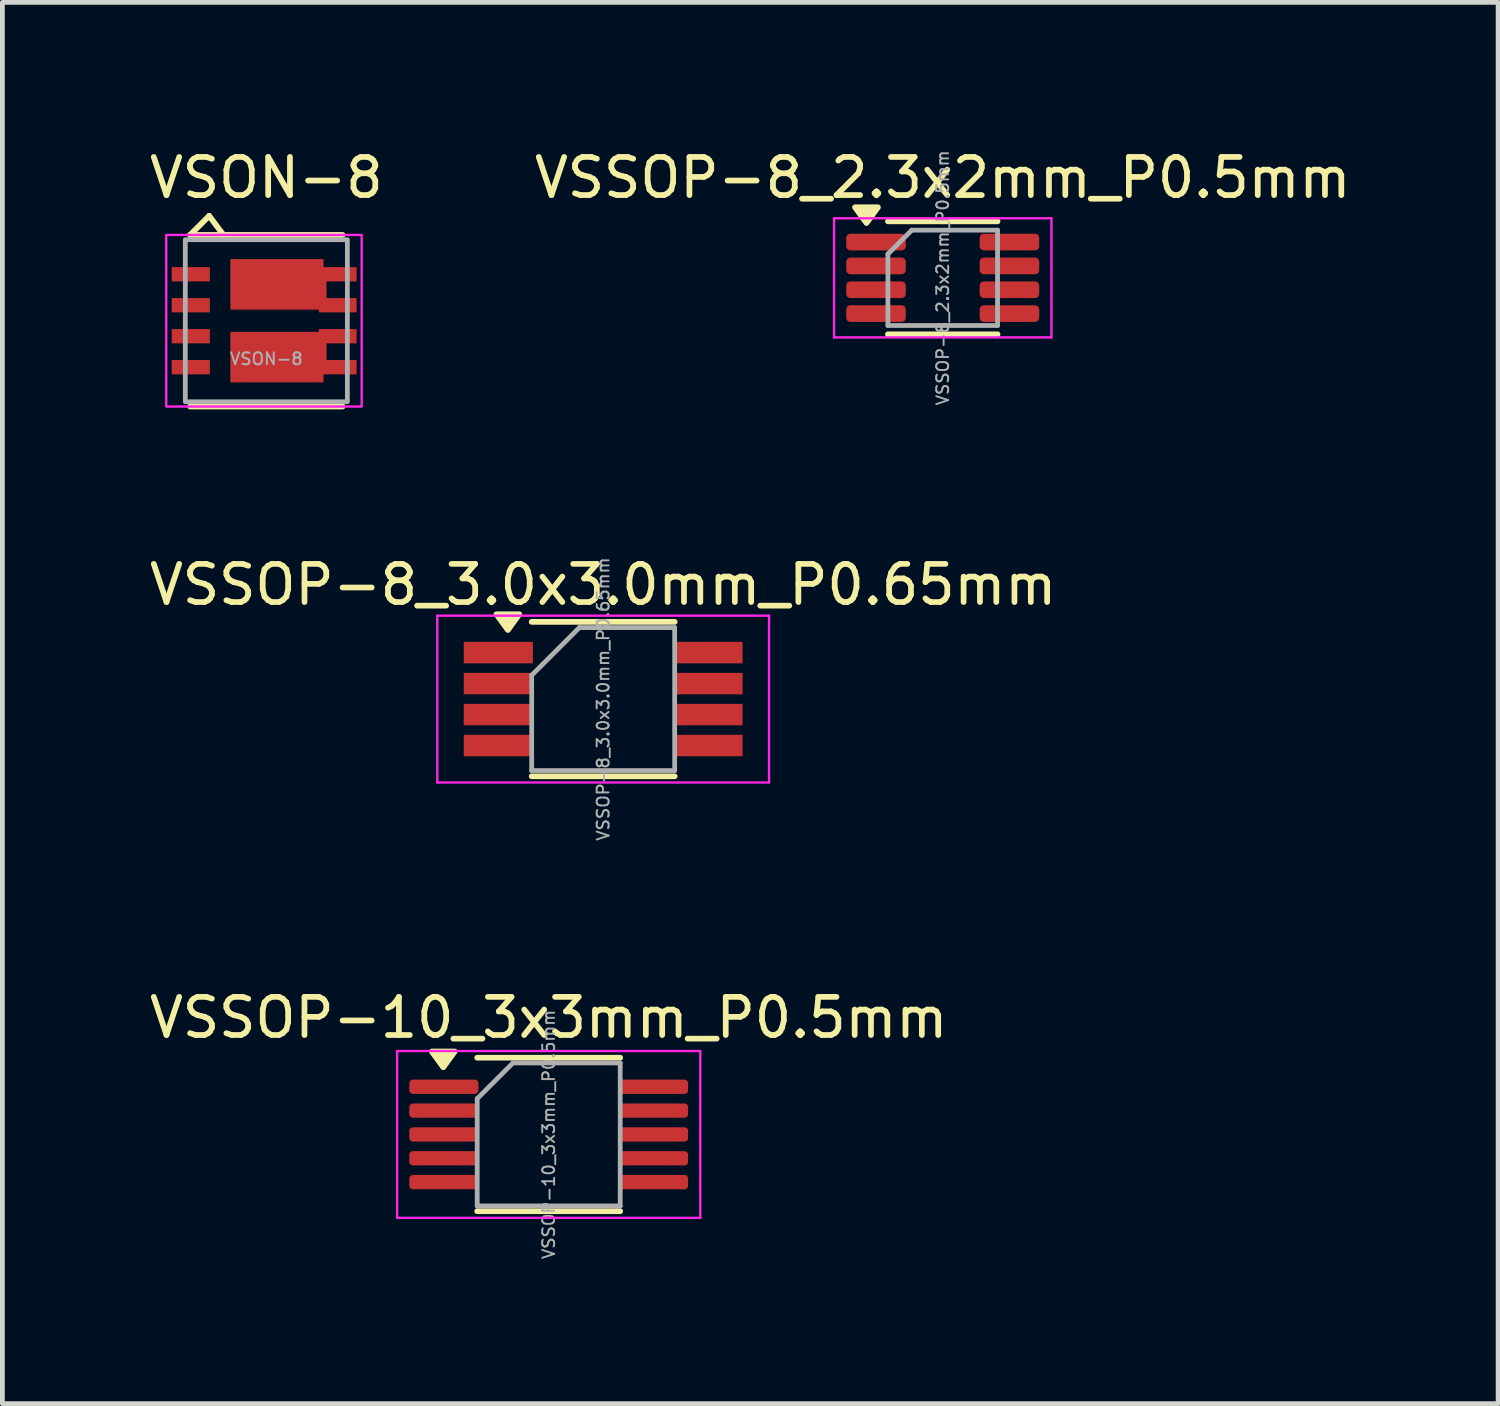
<source format=kicad_pcb>
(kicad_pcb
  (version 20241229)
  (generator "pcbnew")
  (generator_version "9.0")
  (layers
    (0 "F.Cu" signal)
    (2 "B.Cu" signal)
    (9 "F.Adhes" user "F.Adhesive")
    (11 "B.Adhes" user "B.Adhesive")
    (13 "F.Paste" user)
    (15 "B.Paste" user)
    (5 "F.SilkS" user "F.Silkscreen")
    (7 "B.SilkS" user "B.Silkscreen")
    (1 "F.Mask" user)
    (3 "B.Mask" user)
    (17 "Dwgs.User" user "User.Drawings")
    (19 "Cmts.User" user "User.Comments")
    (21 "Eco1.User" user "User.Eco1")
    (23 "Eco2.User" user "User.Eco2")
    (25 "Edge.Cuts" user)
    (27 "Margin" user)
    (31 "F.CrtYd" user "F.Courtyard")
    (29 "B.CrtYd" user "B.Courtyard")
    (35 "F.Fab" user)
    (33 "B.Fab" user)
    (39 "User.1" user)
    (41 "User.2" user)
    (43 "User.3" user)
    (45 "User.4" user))
  (footprint "VSSOP-10_3x3mm_P0.5mm"
    (layer "F.Cu")
    (at 8.462 20.751)
    (property "Reference" "VSSOP-10_3x3mm_P0.5mm" (at 0 -2.45 0) (layer "F.SilkS") (effects (font (size 0.8 0.8) (thickness 0.12))))
    (attr smd)
    (fp_line (start 0 -1.61) (end -1.5 -1.61) (stroke (width 0.12) (type solid)) (layer "F.SilkS"))
    (fp_line (start 0 -1.61) (end 1.5 -1.61) (stroke (width 0.12) (type solid)) (layer "F.SilkS"))
    (fp_line (start 0 1.61) (end -1.5 1.61) (stroke (width 0.12) (type solid)) (layer "F.SilkS"))
    (fp_line (start 0 1.61) (end 1.5 1.61) (stroke (width 0.12) (type solid)) (layer "F.SilkS"))
    (fp_poly (pts (xy -2.212 -1.41) (xy -2.453 -1.74) (xy -1.972 -1.74) (xy -2.212 -1.41)) (stroke (width 0.12) (type solid)) (fill yes) (layer "F.SilkS"))
    (fp_line (start -3.18 -1.75) (end -3.18 1.75) (stroke (width 0.05) (type solid)) (layer "F.CrtYd"))
    (fp_line (start -3.18 1.75) (end 3.18 1.75) (stroke (width 0.05) (type solid)) (layer "F.CrtYd"))
    (fp_line (start 3.18 -1.75) (end -3.18 -1.75) (stroke (width 0.05) (type solid)) (layer "F.CrtYd"))
    (fp_line (start 3.18 1.75) (end 3.18 -1.75) (stroke (width 0.05) (type solid)) (layer "F.CrtYd"))
    (fp_line (start -1.5 -0.75) (end -0.75 -1.5) (stroke (width 0.1) (type solid)) (layer "F.Fab"))
    (fp_line (start -1.5 1.5) (end -1.5 -0.75) (stroke (width 0.1) (type solid)) (layer "F.Fab"))
    (fp_line (start -0.75 -1.5) (end 1.5 -1.5) (stroke (width 0.1) (type solid)) (layer "F.Fab"))
    (fp_line (start 1.5 -1.5) (end 1.5 1.5) (stroke (width 0.1) (type solid)) (layer "F.Fab"))
    (fp_line (start 1.5 1.5) (end -1.5 1.5) (stroke (width 0.1) (type solid)) (layer "F.Fab"))
    (fp_text user "${REFERENCE}" (at 0 0 90) (layer "F.Fab") (effects (font (size 0.25 0.25) (thickness 0.04))))
    (pad "1" smd roundrect (at -2.2 -1) (size 1.45 0.3) (layers "F.Cu" "F.Mask" "F.Paste") (roundrect_rratio 0.25))
    (pad "2" smd roundrect (at -2.2 -0.5) (size 1.45 0.3) (layers "F.Cu" "F.Mask" "F.Paste") (roundrect_rratio 0.25))
    (pad "3" smd roundrect (at -2.2 0) (size 1.45 0.3) (layers "F.Cu" "F.Mask" "F.Paste") (roundrect_rratio 0.25))
    (pad "4" smd roundrect (at -2.2 0.5) (size 1.45 0.3) (layers "F.Cu" "F.Mask" "F.Paste") (roundrect_rratio 0.25))
    (pad "5" smd roundrect (at -2.2 1) (size 1.45 0.3) (layers "F.Cu" "F.Mask" "F.Paste") (roundrect_rratio 0.25))
    (pad "6" smd roundrect (at 2.2 1) (size 1.45 0.3) (layers "F.Cu" "F.Mask" "F.Paste") (roundrect_rratio 0.25))
    (pad "7" smd roundrect (at 2.2 0.5) (size 1.45 0.3) (layers "F.Cu" "F.Mask" "F.Paste") (roundrect_rratio 0.25))
    (pad "8" smd roundrect (at 2.2 0) (size 1.45 0.3) (layers "F.Cu" "F.Mask" "F.Paste") (roundrect_rratio 0.25))
    (pad "9" smd roundrect (at 2.2 -0.5) (size 1.45 0.3) (layers "F.Cu" "F.Mask" "F.Paste") (roundrect_rratio 0.25))
    (pad "10" smd roundrect (at 2.2 -1) (size 1.45 0.3) (layers "F.Cu" "F.Mask" "F.Paste") (roundrect_rratio 0.25)))
  (footprint "VSSOP-8_3.0x3.0mm_P0.65mm"
    (layer "F.Cu")
    (at 9.605 11.617)
    (property "Reference" "VSSOP-8_3.0x3.0mm_P0.65mm" (at 0 -2.4 0) (layer "F.SilkS") (effects (font (size 0.8 0.8) (thickness 0.12))))
    (attr smd)
    (fp_line (start 1.5 -1.62) (end -1.5 -1.62) (stroke (width 0.12) (type solid)) (layer "F.SilkS"))
    (fp_line (start 1.5 1.62) (end -1.5 1.62) (stroke (width 0.12) (type solid)) (layer "F.SilkS"))
    (fp_poly (pts (xy -2 -1.45) (xy -2.24 -1.78) (xy -1.76 -1.78) (xy -2 -1.45)) (stroke (width 0.12) (type solid)) (fill yes) (layer "F.SilkS"))
    (fp_line (start -3.48 -1.75) (end 3.48 -1.75) (stroke (width 0.05) (type solid)) (layer "F.CrtYd"))
    (fp_line (start -3.48 1.75) (end -3.48 -1.75) (stroke (width 0.05) (type solid)) (layer "F.CrtYd"))
    (fp_line (start 3.48 -1.75) (end 3.48 1.75) (stroke (width 0.05) (type solid)) (layer "F.CrtYd"))
    (fp_line (start 3.48 1.75) (end -3.48 1.75) (stroke (width 0.05) (type solid)) (layer "F.CrtYd"))
    (fp_line (start -1.5 1.5) (end -1.5 -0.5) (stroke (width 0.1) (type solid)) (layer "F.Fab"))
    (fp_line (start -0.5 -1.5) (end -1.5 -0.5) (stroke (width 0.1) (type solid)) (layer "F.Fab"))
    (fp_line (start -0.5 -1.5) (end 1.5 -1.5) (stroke (width 0.1) (type solid)) (layer "F.Fab"))
    (fp_line (start 1.5 -1.5) (end 1.5 1.5) (stroke (width 0.1) (type solid)) (layer "F.Fab"))
    (fp_line (start 1.5 1.5) (end -1.5 1.5) (stroke (width 0.1) (type solid)) (layer "F.Fab"))
    (fp_text user "${REFERENCE}" (at 0 0 90) (layer "F.Fab") (effects (font (size 0.25 0.25) (thickness 0.04))))
    (pad "1" smd rect (at -2.2 -0.975 270) (size 0.45 1.45) (layers "F.Cu" "F.Mask" "F.Paste"))
    (pad "2" smd rect (at -2.2 -0.325 270) (size 0.45 1.45) (layers "F.Cu" "F.Mask" "F.Paste"))
    (pad "3" smd rect (at -2.2 0.325 270) (size 0.45 1.45) (layers "F.Cu" "F.Mask" "F.Paste"))
    (pad "4" smd rect (at -2.2 0.975 270) (size 0.45 1.45) (layers "F.Cu" "F.Mask" "F.Paste"))
    (pad "5" smd rect (at 2.2 0.975 270) (size 0.45 1.45) (layers "F.Cu" "F.Mask" "F.Paste"))
    (pad "6" smd rect (at 2.2 0.325 270) (size 0.45 1.45) (layers "F.Cu" "F.Mask" "F.Paste"))
    (pad "7" smd rect (at 2.2 -0.325 270) (size 0.45 1.45) (layers "F.Cu" "F.Mask" "F.Paste"))
    (pad "8" smd rect (at 2.2 -0.975 270) (size 0.45 1.45) (layers "F.Cu" "F.Mask" "F.Paste")))
  (footprint "VSON-8"
    (layer "F.Cu")
    (at 2.538 3.679)
    (property "Reference" "VSON-8" (at 0 -3 0) (unlocked yes) (layer "F.SilkS") (effects (font (size 0.8 0.8) (thickness 0.12))))
    (attr smd)
    (fp_line (start -1.6 -1.8) (end -1.2 -2.2) (stroke (width 0.12) (type default)) (layer "F.SilkS"))
    (fp_line (start -1.6 -1.8) (end 1.6 -1.8) (stroke (width 0.12) (type default)) (layer "F.SilkS"))
    (fp_line (start -1.6 1.8) (end 1.6 1.8) (stroke (width 0.12) (type default)) (layer "F.SilkS"))
    (fp_line (start -1.2 -2.2) (end -0.9 -1.8) (stroke (width 0.12) (type default)) (layer "F.SilkS"))
    (fp_rect (start -2.1 -1.8) (end 2 1.8) (stroke (width 0.05) (type default)) (fill no) (layer "F.CrtYd"))
    (fp_rect (start -1.7 -1.7) (end 1.7 1.7) (stroke (width 0.1) (type default)) (fill no) (layer "F.Fab"))
    (fp_text user "${REFERENCE}" (at 0 0.8 0) (unlocked yes) (layer "F.Fab") (effects (font (size 0.25 0.25) (thickness 0.04))))
    (pad "1" smd rect (at -1.585 -0.975) (size 0.8 0.3) (layers "F.Cu" "F.Mask" "F.Paste"))
    (pad "2" smd rect (at -1.585 -0.325) (size 0.8 0.3) (layers "F.Cu" "F.Mask" "F.Paste"))
    (pad "3" smd rect (at -1.585 0.325) (size 0.8 0.3) (layers "F.Cu" "F.Mask" "F.Paste"))
    (pad "4" smd rect (at -1.585 0.975) (size 0.8 0.3) (layers "F.Cu" "F.Mask" "F.Paste"))
    (pad "6" smd custom (at 1.578 0.325) (size 0.63 0.3) (layers "F.Cu" "F.Mask" "F.Paste") (options (anchor rect)) (primitives (gr_poly (pts (xy 0.315 -0.15) (xy 0.315 0.15) (xy -0.315 0.15) (xy -0.315 0.5) (xy 0.315 0.5) (xy 0.315 0.8) (xy -0.378 0.8) (xy -0.378 0.968) (xy -2.333 0.968) (xy -2.333 -0.092) (xy -0.478 -0.092) (xy -0.478 -0.15)) (width 0) (fill yes)) (gr_rect (start -2.333 -0.092) (end -0.473 0.968) (width 0) (fill yes))))
    (pad "7" smd custom (at 1.578 -0.325) (size 0.63 0.3) (layers "F.Cu" "F.Mask" "F.Paste") (options (anchor rect)) (primitives (gr_poly (pts (xy 0.315 0.15) (xy 0.315 -0.15) (xy -0.315 -0.15) (xy -0.315 -0.5) (xy 0.315 -0.5) (xy 0.315 -0.8) (xy -0.378 -0.8) (xy -0.378 -0.968) (xy -2.333 -0.968) (xy -2.333 0.092) (xy -0.478 0.092) (xy -0.478 0.15)) (width 0) (fill yes)) (gr_rect (start -2.333 -0.968) (end -0.473 0.092) (width 0) (fill yes)))))
  (footprint "VSSOP-8_2.3x2mm_P0.5mm"
    (layer "F.Cu")
    (at 16.729 2.779)
    (property "Reference" "VSSOP-8_2.3x2mm_P0.5mm" (at 0 -2.1 0) (layer "F.SilkS") (effects (font (size 0.8 0.8) (thickness 0.12))))
    (attr smd)
    (fp_line (start 0 -1.185) (end -1.15 -1.185) (stroke (width 0.12) (type solid)) (layer "F.SilkS"))
    (fp_line (start 0 -1.185) (end 1.15 -1.185) (stroke (width 0.12) (type solid)) (layer "F.SilkS"))
    (fp_line (start 0 1.185) (end -1.15 1.185) (stroke (width 0.12) (type solid)) (layer "F.SilkS"))
    (fp_line (start 0 1.185) (end 1.15 1.185) (stroke (width 0.12) (type solid)) (layer "F.SilkS"))
    (fp_poly (pts (xy -1.6 -1.15) (xy -1.36 -1.48) (xy -1.84 -1.48) (xy -1.6 -1.15)) (stroke (width 0.12) (type solid)) (fill yes) (layer "F.SilkS"))
    (fp_line (start -2.28 -1.25) (end -2.28 1.25) (stroke (width 0.05) (type solid)) (layer "F.CrtYd"))
    (fp_line (start -2.28 1.25) (end 2.28 1.25) (stroke (width 0.05) (type solid)) (layer "F.CrtYd"))
    (fp_line (start 2.28 -1.25) (end -2.28 -1.25) (stroke (width 0.05) (type solid)) (layer "F.CrtYd"))
    (fp_line (start 2.28 1.25) (end 2.28 -1.25) (stroke (width 0.05) (type solid)) (layer "F.CrtYd"))
    (fp_line (start -1.15 -0.5) (end -0.65 -1) (stroke (width 0.1) (type solid)) (layer "F.Fab"))
    (fp_line (start -1.15 1) (end -1.15 -0.5) (stroke (width 0.1) (type solid)) (layer "F.Fab"))
    (fp_line (start -0.65 -1) (end 1.15 -1) (stroke (width 0.1) (type solid)) (layer "F.Fab"))
    (fp_line (start 1.15 -1) (end 1.15 1) (stroke (width 0.1) (type solid)) (layer "F.Fab"))
    (fp_line (start 1.15 1) (end -1.15 1) (stroke (width 0.1) (type solid)) (layer "F.Fab"))
    (fp_text user "${REFERENCE}" (at 0 0 90) (layer "F.Fab") (effects (font (size 0.25 0.25) (thickness 0.04))))
    (pad "1" smd roundrect (at -1.4 -0.75) (size 1.25 0.35) (layers "F.Cu" "F.Mask" "F.Paste") (roundrect_rratio 0.25))
    (pad "2" smd roundrect (at -1.4 -0.25) (size 1.25 0.35) (layers "F.Cu" "F.Mask" "F.Paste") (roundrect_rratio 0.25))
    (pad "3" smd roundrect (at -1.4 0.25) (size 1.25 0.35) (layers "F.Cu" "F.Mask" "F.Paste") (roundrect_rratio 0.25))
    (pad "4" smd roundrect (at -1.4 0.75) (size 1.25 0.35) (layers "F.Cu" "F.Mask" "F.Paste") (roundrect_rratio 0.25))
    (pad "5" smd roundrect (at 1.4 0.75) (size 1.25 0.35) (layers "F.Cu" "F.Mask" "F.Paste") (roundrect_rratio 0.25))
    (pad "6" smd roundrect (at 1.4 0.25) (size 1.25 0.35) (layers "F.Cu" "F.Mask" "F.Paste") (roundrect_rratio 0.25))
    (pad "7" smd roundrect (at 1.4 -0.25) (size 1.25 0.35) (layers "F.Cu" "F.Mask" "F.Paste") (roundrect_rratio 0.25))
    (pad "8" smd roundrect (at 1.4 -0.75) (size 1.25 0.35) (layers "F.Cu" "F.Mask" "F.Paste") (roundrect_rratio 0.25)))
  (gr_rect
    (start -3 -3)
    (end 28.381 26.399)
    (stroke (width 0.1) (type default))
    (fill no)
    (layer "Edge.Cuts")))
</source>
